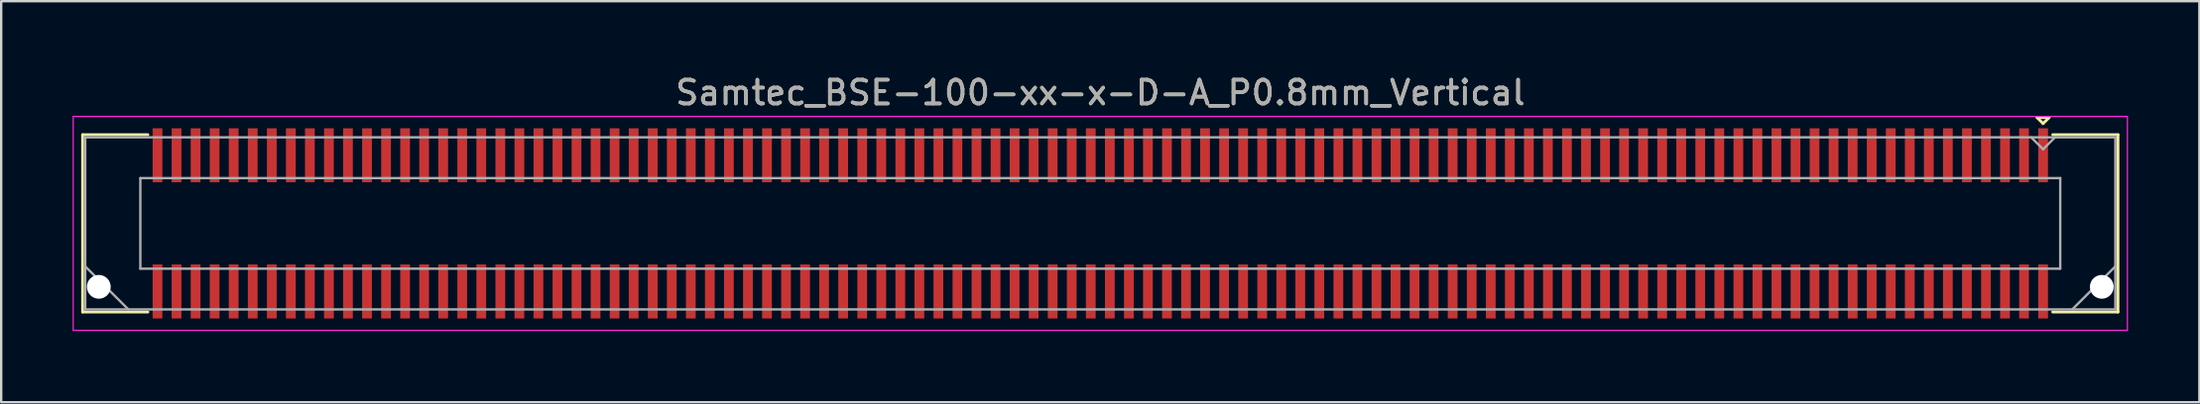
<source format=kicad_pcb>
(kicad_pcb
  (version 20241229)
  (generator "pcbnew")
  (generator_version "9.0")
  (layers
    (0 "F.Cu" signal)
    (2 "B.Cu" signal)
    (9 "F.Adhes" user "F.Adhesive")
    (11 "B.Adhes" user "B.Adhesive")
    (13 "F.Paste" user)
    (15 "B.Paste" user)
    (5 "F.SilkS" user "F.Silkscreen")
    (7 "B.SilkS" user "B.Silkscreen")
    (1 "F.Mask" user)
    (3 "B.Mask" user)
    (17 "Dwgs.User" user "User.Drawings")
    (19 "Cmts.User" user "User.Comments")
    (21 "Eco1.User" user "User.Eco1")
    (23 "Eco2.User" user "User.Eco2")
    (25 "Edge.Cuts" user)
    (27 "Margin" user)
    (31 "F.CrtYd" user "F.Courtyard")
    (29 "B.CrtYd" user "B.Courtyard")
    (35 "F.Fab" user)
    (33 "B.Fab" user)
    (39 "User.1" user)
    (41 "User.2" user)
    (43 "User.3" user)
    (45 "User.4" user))
  (footprint "Samtec_BSE-100-xx-x-D-A_P0.8mm_Vertical"
    (layer "F.Cu")
    (at 43.165 6.348)
    (property "Reference" "Samtec_BSE-100-xx-x-D-A_P0.8mm_Vertical" (at 0 -5.5 0) (layer "F.SilkS") (effects (font (size 1 1) (thickness 0.15))))
    (attr smd)
    (fp_line (start -42.745 -3.73) (end -40.005 -3.73) (stroke (width 0.12) (type solid)) (layer "F.SilkS"))
    (fp_line (start -42.745 3.73) (end -42.745 -3.73) (stroke (width 0.12) (type solid)) (layer "F.SilkS"))
    (fp_line (start -40.005 3.73) (end -42.745 3.73) (stroke (width 0.12) (type solid)) (layer "F.SilkS"))
    (fp_line (start 39.35 -4.45) (end 39.85 -4.45) (stroke (width 0.12) (type solid)) (layer "F.SilkS"))
    (fp_line (start 39.6 -4.2) (end 39.35 -4.45) (stroke (width 0.12) (type solid)) (layer "F.SilkS"))
    (fp_line (start 39.85 -4.45) (end 39.6 -4.2) (stroke (width 0.12) (type solid)) (layer "F.SilkS"))
    (fp_line (start 40.005 3.73) (end 42.745 3.73) (stroke (width 0.12) (type solid)) (layer "F.SilkS"))
    (fp_line (start 42.745 -3.73) (end 40.005 -3.73) (stroke (width 0.12) (type solid)) (layer "F.SilkS"))
    (fp_line (start 42.745 3.73) (end 42.745 -3.73) (stroke (width 0.12) (type solid)) (layer "F.SilkS"))
    (fp_line (start -43.14 -4.5) (end -43.14 4.5) (stroke (width 0.05) (type solid)) (layer "F.CrtYd"))
    (fp_line (start -43.14 4.5) (end 43.14 4.5) (stroke (width 0.05) (type solid)) (layer "F.CrtYd"))
    (fp_line (start 43.14 -4.5) (end -43.14 -4.5) (stroke (width 0.05) (type solid)) (layer "F.CrtYd"))
    (fp_line (start 43.14 4.5) (end 43.14 -4.5) (stroke (width 0.05) (type solid)) (layer "F.CrtYd"))
    (fp_line (start -42.635 -3.62) (end -42.635 3.62) (stroke (width 0.1) (type solid)) (layer "F.Fab"))
    (fp_line (start -42.635 1.81) (end -40.825 3.62) (stroke (width 0.1) (type solid)) (layer "F.Fab"))
    (fp_line (start -42.635 3.62) (end 42.635 3.62) (stroke (width 0.1) (type solid)) (layer "F.Fab"))
    (fp_line (start -40.32 -1.905) (end -40.32 1.905) (stroke (width 0.1) (type solid)) (layer "F.Fab"))
    (fp_line (start -40.32 1.905) (end 40.32 1.905) (stroke (width 0.1) (type solid)) (layer "F.Fab"))
    (fp_line (start 39.6 -3.12) (end 39.1 -3.62) (stroke (width 0.1) (type solid)) (layer "F.Fab"))
    (fp_line (start 40.1 -3.62) (end 39.6 -3.12) (stroke (width 0.1) (type solid)) (layer "F.Fab"))
    (fp_line (start 40.32 -1.905) (end -40.32 -1.905) (stroke (width 0.1) (type solid)) (layer "F.Fab"))
    (fp_line (start 40.32 1.905) (end 40.32 -1.905) (stroke (width 0.1) (type solid)) (layer "F.Fab"))
    (fp_line (start 42.635 -3.62) (end -42.635 -3.62) (stroke (width 0.1) (type solid)) (layer "F.Fab"))
    (fp_line (start 42.635 1.81) (end 40.825 3.62) (stroke (width 0.1) (type solid)) (layer "F.Fab"))
    (fp_line (start 42.635 3.62) (end 42.635 -3.62) (stroke (width 0.1) (type solid)) (layer "F.Fab"))
    (fp_text user "${REFERENCE}" (at 0 -5.5 0) (layer "F.Fab") (effects (font (size 1 1) (thickness 0.15))))
    (pad "" np_thru_hole circle (at -42.065 2.67) (size 1 1) (drill 1) (layers "*.Cu" "*.Mask"))
    (pad "" np_thru_hole circle (at 42.065 2.67) (size 1 1) (drill 1) (layers "*.Cu" "*.Mask"))
    (pad "1" smd rect (at 39.6 -2.865) (size 0.41 2.27) (layers "F.Cu" "F.Mask" "F.Paste"))
    (pad "2" smd rect (at 39.6 2.865) (size 0.41 2.27) (layers "F.Cu" "F.Mask" "F.Paste"))
    (pad "3" smd rect (at 38.8 -2.865) (size 0.41 2.27) (layers "F.Cu" "F.Mask" "F.Paste"))
    (pad "4" smd rect (at 38.8 2.865) (size 0.41 2.27) (layers "F.Cu" "F.Mask" "F.Paste"))
    (pad "5" smd rect (at 38 -2.865) (size 0.41 2.27) (layers "F.Cu" "F.Mask" "F.Paste"))
    (pad "6" smd rect (at 38 2.865) (size 0.41 2.27) (layers "F.Cu" "F.Mask" "F.Paste"))
    (pad "7" smd rect (at 37.2 -2.865) (size 0.41 2.27) (layers "F.Cu" "F.Mask" "F.Paste"))
    (pad "8" smd rect (at 37.2 2.865) (size 0.41 2.27) (layers "F.Cu" "F.Mask" "F.Paste"))
    (pad "9" smd rect (at 36.4 -2.865) (size 0.41 2.27) (layers "F.Cu" "F.Mask" "F.Paste"))
    (pad "10" smd rect (at 36.4 2.865) (size 0.41 2.27) (layers "F.Cu" "F.Mask" "F.Paste"))
    (pad "11" smd rect (at 35.6 -2.865) (size 0.41 2.27) (layers "F.Cu" "F.Mask" "F.Paste"))
    (pad "12" smd rect (at 35.6 2.865) (size 0.41 2.27) (layers "F.Cu" "F.Mask" "F.Paste"))
    (pad "13" smd rect (at 34.8 -2.865) (size 0.41 2.27) (layers "F.Cu" "F.Mask" "F.Paste"))
    (pad "14" smd rect (at 34.8 2.865) (size 0.41 2.27) (layers "F.Cu" "F.Mask" "F.Paste"))
    (pad "15" smd rect (at 34 -2.865) (size 0.41 2.27) (layers "F.Cu" "F.Mask" "F.Paste"))
    (pad "16" smd rect (at 34 2.865) (size 0.41 2.27) (layers "F.Cu" "F.Mask" "F.Paste"))
    (pad "17" smd rect (at 33.2 -2.865) (size 0.41 2.27) (layers "F.Cu" "F.Mask" "F.Paste"))
    (pad "18" smd rect (at 33.2 2.865) (size 0.41 2.27) (layers "F.Cu" "F.Mask" "F.Paste"))
    (pad "19" smd rect (at 32.4 -2.865) (size 0.41 2.27) (layers "F.Cu" "F.Mask" "F.Paste"))
    (pad "20" smd rect (at 32.4 2.865) (size 0.41 2.27) (layers "F.Cu" "F.Mask" "F.Paste"))
    (pad "21" smd rect (at 31.6 -2.865) (size 0.41 2.27) (layers "F.Cu" "F.Mask" "F.Paste"))
    (pad "22" smd rect (at 31.6 2.865) (size 0.41 2.27) (layers "F.Cu" "F.Mask" "F.Paste"))
    (pad "23" smd rect (at 30.8 -2.865) (size 0.41 2.27) (layers "F.Cu" "F.Mask" "F.Paste"))
    (pad "24" smd rect (at 30.8 2.865) (size 0.41 2.27) (layers "F.Cu" "F.Mask" "F.Paste"))
    (pad "25" smd rect (at 30 -2.865) (size 0.41 2.27) (layers "F.Cu" "F.Mask" "F.Paste"))
    (pad "26" smd rect (at 30 2.865) (size 0.41 2.27) (layers "F.Cu" "F.Mask" "F.Paste"))
    (pad "27" smd rect (at 29.2 -2.865) (size 0.41 2.27) (layers "F.Cu" "F.Mask" "F.Paste"))
    (pad "28" smd rect (at 29.2 2.865) (size 0.41 2.27) (layers "F.Cu" "F.Mask" "F.Paste"))
    (pad "29" smd rect (at 28.4 -2.865) (size 0.41 2.27) (layers "F.Cu" "F.Mask" "F.Paste"))
    (pad "30" smd rect (at 28.4 2.865) (size 0.41 2.27) (layers "F.Cu" "F.Mask" "F.Paste"))
    (pad "31" smd rect (at 27.6 -2.865) (size 0.41 2.27) (layers "F.Cu" "F.Mask" "F.Paste"))
    (pad "32" smd rect (at 27.6 2.865) (size 0.41 2.27) (layers "F.Cu" "F.Mask" "F.Paste"))
    (pad "33" smd rect (at 26.8 -2.865) (size 0.41 2.27) (layers "F.Cu" "F.Mask" "F.Paste"))
    (pad "34" smd rect (at 26.8 2.865) (size 0.41 2.27) (layers "F.Cu" "F.Mask" "F.Paste"))
    (pad "35" smd rect (at 26 -2.865) (size 0.41 2.27) (layers "F.Cu" "F.Mask" "F.Paste"))
    (pad "36" smd rect (at 26 2.865) (size 0.41 2.27) (layers "F.Cu" "F.Mask" "F.Paste"))
    (pad "37" smd rect (at 25.2 -2.865) (size 0.41 2.27) (layers "F.Cu" "F.Mask" "F.Paste"))
    (pad "38" smd rect (at 25.2 2.865) (size 0.41 2.27) (layers "F.Cu" "F.Mask" "F.Paste"))
    (pad "39" smd rect (at 24.4 -2.865) (size 0.41 2.27) (layers "F.Cu" "F.Mask" "F.Paste"))
    (pad "40" smd rect (at 24.4 2.865) (size 0.41 2.27) (layers "F.Cu" "F.Mask" "F.Paste"))
    (pad "41" smd rect (at 23.6 -2.865) (size 0.41 2.27) (layers "F.Cu" "F.Mask" "F.Paste"))
    (pad "42" smd rect (at 23.6 2.865) (size 0.41 2.27) (layers "F.Cu" "F.Mask" "F.Paste"))
    (pad "43" smd rect (at 22.8 -2.865) (size 0.41 2.27) (layers "F.Cu" "F.Mask" "F.Paste"))
    (pad "44" smd rect (at 22.8 2.865) (size 0.41 2.27) (layers "F.Cu" "F.Mask" "F.Paste"))
    (pad "45" smd rect (at 22 -2.865) (size 0.41 2.27) (layers "F.Cu" "F.Mask" "F.Paste"))
    (pad "46" smd rect (at 22 2.865) (size 0.41 2.27) (layers "F.Cu" "F.Mask" "F.Paste"))
    (pad "47" smd rect (at 21.2 -2.865) (size 0.41 2.27) (layers "F.Cu" "F.Mask" "F.Paste"))
    (pad "48" smd rect (at 21.2 2.865) (size 0.41 2.27) (layers "F.Cu" "F.Mask" "F.Paste"))
    (pad "49" smd rect (at 20.4 -2.865) (size 0.41 2.27) (layers "F.Cu" "F.Mask" "F.Paste"))
    (pad "50" smd rect (at 20.4 2.865) (size 0.41 2.27) (layers "F.Cu" "F.Mask" "F.Paste"))
    (pad "51" smd rect (at 19.6 -2.865) (size 0.41 2.27) (layers "F.Cu" "F.Mask" "F.Paste"))
    (pad "52" smd rect (at 19.6 2.865) (size 0.41 2.27) (layers "F.Cu" "F.Mask" "F.Paste"))
    (pad "53" smd rect (at 18.8 -2.865) (size 0.41 2.27) (layers "F.Cu" "F.Mask" "F.Paste"))
    (pad "54" smd rect (at 18.8 2.865) (size 0.41 2.27) (layers "F.Cu" "F.Mask" "F.Paste"))
    (pad "55" smd rect (at 18 -2.865) (size 0.41 2.27) (layers "F.Cu" "F.Mask" "F.Paste"))
    (pad "56" smd rect (at 18 2.865) (size 0.41 2.27) (layers "F.Cu" "F.Mask" "F.Paste"))
    (pad "57" smd rect (at 17.2 -2.865) (size 0.41 2.27) (layers "F.Cu" "F.Mask" "F.Paste"))
    (pad "58" smd rect (at 17.2 2.865) (size 0.41 2.27) (layers "F.Cu" "F.Mask" "F.Paste"))
    (pad "59" smd rect (at 16.4 -2.865) (size 0.41 2.27) (layers "F.Cu" "F.Mask" "F.Paste"))
    (pad "60" smd rect (at 16.4 2.865) (size 0.41 2.27) (layers "F.Cu" "F.Mask" "F.Paste"))
    (pad "61" smd rect (at 15.6 -2.865) (size 0.41 2.27) (layers "F.Cu" "F.Mask" "F.Paste"))
    (pad "62" smd rect (at 15.6 2.865) (size 0.41 2.27) (layers "F.Cu" "F.Mask" "F.Paste"))
    (pad "63" smd rect (at 14.8 -2.865) (size 0.41 2.27) (layers "F.Cu" "F.Mask" "F.Paste"))
    (pad "64" smd rect (at 14.8 2.865) (size 0.41 2.27) (layers "F.Cu" "F.Mask" "F.Paste"))
    (pad "65" smd rect (at 14 -2.865) (size 0.41 2.27) (layers "F.Cu" "F.Mask" "F.Paste"))
    (pad "66" smd rect (at 14 2.865) (size 0.41 2.27) (layers "F.Cu" "F.Mask" "F.Paste"))
    (pad "67" smd rect (at 13.2 -2.865) (size 0.41 2.27) (layers "F.Cu" "F.Mask" "F.Paste"))
    (pad "68" smd rect (at 13.2 2.865) (size 0.41 2.27) (layers "F.Cu" "F.Mask" "F.Paste"))
    (pad "69" smd rect (at 12.4 -2.865) (size 0.41 2.27) (layers "F.Cu" "F.Mask" "F.Paste"))
    (pad "70" smd rect (at 12.4 2.865) (size 0.41 2.27) (layers "F.Cu" "F.Mask" "F.Paste"))
    (pad "71" smd rect (at 11.6 -2.865) (size 0.41 2.27) (layers "F.Cu" "F.Mask" "F.Paste"))
    (pad "72" smd rect (at 11.6 2.865) (size 0.41 2.27) (layers "F.Cu" "F.Mask" "F.Paste"))
    (pad "73" smd rect (at 10.8 -2.865) (size 0.41 2.27) (layers "F.Cu" "F.Mask" "F.Paste"))
    (pad "74" smd rect (at 10.8 2.865) (size 0.41 2.27) (layers "F.Cu" "F.Mask" "F.Paste"))
    (pad "75" smd rect (at 10 -2.865) (size 0.41 2.27) (layers "F.Cu" "F.Mask" "F.Paste"))
    (pad "76" smd rect (at 10 2.865) (size 0.41 2.27) (layers "F.Cu" "F.Mask" "F.Paste"))
    (pad "77" smd rect (at 9.2 -2.865) (size 0.41 2.27) (layers "F.Cu" "F.Mask" "F.Paste"))
    (pad "78" smd rect (at 9.2 2.865) (size 0.41 2.27) (layers "F.Cu" "F.Mask" "F.Paste"))
    (pad "79" smd rect (at 8.4 -2.865) (size 0.41 2.27) (layers "F.Cu" "F.Mask" "F.Paste"))
    (pad "80" smd rect (at 8.4 2.865) (size 0.41 2.27) (layers "F.Cu" "F.Mask" "F.Paste"))
    (pad "81" smd rect (at 7.6 -2.865) (size 0.41 2.27) (layers "F.Cu" "F.Mask" "F.Paste"))
    (pad "82" smd rect (at 7.6 2.865) (size 0.41 2.27) (layers "F.Cu" "F.Mask" "F.Paste"))
    (pad "83" smd rect (at 6.8 -2.865) (size 0.41 2.27) (layers "F.Cu" "F.Mask" "F.Paste"))
    (pad "84" smd rect (at 6.8 2.865) (size 0.41 2.27) (layers "F.Cu" "F.Mask" "F.Paste"))
    (pad "85" smd rect (at 6 -2.865) (size 0.41 2.27) (layers "F.Cu" "F.Mask" "F.Paste"))
    (pad "86" smd rect (at 6 2.865) (size 0.41 2.27) (layers "F.Cu" "F.Mask" "F.Paste"))
    (pad "87" smd rect (at 5.2 -2.865) (size 0.41 2.27) (layers "F.Cu" "F.Mask" "F.Paste"))
    (pad "88" smd rect (at 5.2 2.865) (size 0.41 2.27) (layers "F.Cu" "F.Mask" "F.Paste"))
    (pad "89" smd rect (at 4.4 -2.865) (size 0.41 2.27) (layers "F.Cu" "F.Mask" "F.Paste"))
    (pad "90" smd rect (at 4.4 2.865) (size 0.41 2.27) (layers "F.Cu" "F.Mask" "F.Paste"))
    (pad "91" smd rect (at 3.6 -2.865) (size 0.41 2.27) (layers "F.Cu" "F.Mask" "F.Paste"))
    (pad "92" smd rect (at 3.6 2.865) (size 0.41 2.27) (layers "F.Cu" "F.Mask" "F.Paste"))
    (pad "93" smd rect (at 2.8 -2.865) (size 0.41 2.27) (layers "F.Cu" "F.Mask" "F.Paste"))
    (pad "94" smd rect (at 2.8 2.865) (size 0.41 2.27) (layers "F.Cu" "F.Mask" "F.Paste"))
    (pad "95" smd rect (at 2 -2.865) (size 0.41 2.27) (layers "F.Cu" "F.Mask" "F.Paste"))
    (pad "96" smd rect (at 2 2.865) (size 0.41 2.27) (layers "F.Cu" "F.Mask" "F.Paste"))
    (pad "97" smd rect (at 1.2 -2.865) (size 0.41 2.27) (layers "F.Cu" "F.Mask" "F.Paste"))
    (pad "98" smd rect (at 1.2 2.865) (size 0.41 2.27) (layers "F.Cu" "F.Mask" "F.Paste"))
    (pad "99" smd rect (at 0.4 -2.865) (size 0.41 2.27) (layers "F.Cu" "F.Mask" "F.Paste"))
    (pad "100" smd rect (at 0.4 2.865) (size 0.41 2.27) (layers "F.Cu" "F.Mask" "F.Paste"))
    (pad "101" smd rect (at -0.4 -2.865) (size 0.41 2.27) (layers "F.Cu" "F.Mask" "F.Paste"))
    (pad "102" smd rect (at -0.4 2.865) (size 0.41 2.27) (layers "F.Cu" "F.Mask" "F.Paste"))
    (pad "103" smd rect (at -1.2 -2.865) (size 0.41 2.27) (layers "F.Cu" "F.Mask" "F.Paste"))
    (pad "104" smd rect (at -1.2 2.865) (size 0.41 2.27) (layers "F.Cu" "F.Mask" "F.Paste"))
    (pad "105" smd rect (at -2 -2.865) (size 0.41 2.27) (layers "F.Cu" "F.Mask" "F.Paste"))
    (pad "106" smd rect (at -2 2.865) (size 0.41 2.27) (layers "F.Cu" "F.Mask" "F.Paste"))
    (pad "107" smd rect (at -2.8 -2.865) (size 0.41 2.27) (layers "F.Cu" "F.Mask" "F.Paste"))
    (pad "108" smd rect (at -2.8 2.865) (size 0.41 2.27) (layers "F.Cu" "F.Mask" "F.Paste"))
    (pad "109" smd rect (at -3.6 -2.865) (size 0.41 2.27) (layers "F.Cu" "F.Mask" "F.Paste"))
    (pad "110" smd rect (at -3.6 2.865) (size 0.41 2.27) (layers "F.Cu" "F.Mask" "F.Paste"))
    (pad "111" smd rect (at -4.4 -2.865) (size 0.41 2.27) (layers "F.Cu" "F.Mask" "F.Paste"))
    (pad "112" smd rect (at -4.4 2.865) (size 0.41 2.27) (layers "F.Cu" "F.Mask" "F.Paste"))
    (pad "113" smd rect (at -5.2 -2.865) (size 0.41 2.27) (layers "F.Cu" "F.Mask" "F.Paste"))
    (pad "114" smd rect (at -5.2 2.865) (size 0.41 2.27) (layers "F.Cu" "F.Mask" "F.Paste"))
    (pad "115" smd rect (at -6 -2.865) (size 0.41 2.27) (layers "F.Cu" "F.Mask" "F.Paste"))
    (pad "116" smd rect (at -6 2.865) (size 0.41 2.27) (layers "F.Cu" "F.Mask" "F.Paste"))
    (pad "117" smd rect (at -6.8 -2.865) (size 0.41 2.27) (layers "F.Cu" "F.Mask" "F.Paste"))
    (pad "118" smd rect (at -6.8 2.865) (size 0.41 2.27) (layers "F.Cu" "F.Mask" "F.Paste"))
    (pad "119" smd rect (at -7.6 -2.865) (size 0.41 2.27) (layers "F.Cu" "F.Mask" "F.Paste"))
    (pad "120" smd rect (at -7.6 2.865) (size 0.41 2.27) (layers "F.Cu" "F.Mask" "F.Paste"))
    (pad "121" smd rect (at -8.4 -2.865) (size 0.41 2.27) (layers "F.Cu" "F.Mask" "F.Paste"))
    (pad "122" smd rect (at -8.4 2.865) (size 0.41 2.27) (layers "F.Cu" "F.Mask" "F.Paste"))
    (pad "123" smd rect (at -9.2 -2.865) (size 0.41 2.27) (layers "F.Cu" "F.Mask" "F.Paste"))
    (pad "124" smd rect (at -9.2 2.865) (size 0.41 2.27) (layers "F.Cu" "F.Mask" "F.Paste"))
    (pad "125" smd rect (at -10 -2.865) (size 0.41 2.27) (layers "F.Cu" "F.Mask" "F.Paste"))
    (pad "126" smd rect (at -10 2.865) (size 0.41 2.27) (layers "F.Cu" "F.Mask" "F.Paste"))
    (pad "127" smd rect (at -10.8 -2.865) (size 0.41 2.27) (layers "F.Cu" "F.Mask" "F.Paste"))
    (pad "128" smd rect (at -10.8 2.865) (size 0.41 2.27) (layers "F.Cu" "F.Mask" "F.Paste"))
    (pad "129" smd rect (at -11.6 -2.865) (size 0.41 2.27) (layers "F.Cu" "F.Mask" "F.Paste"))
    (pad "130" smd rect (at -11.6 2.865) (size 0.41 2.27) (layers "F.Cu" "F.Mask" "F.Paste"))
    (pad "131" smd rect (at -12.4 -2.865) (size 0.41 2.27) (layers "F.Cu" "F.Mask" "F.Paste"))
    (pad "132" smd rect (at -12.4 2.865) (size 0.41 2.27) (layers "F.Cu" "F.Mask" "F.Paste"))
    (pad "133" smd rect (at -13.2 -2.865) (size 0.41 2.27) (layers "F.Cu" "F.Mask" "F.Paste"))
    (pad "134" smd rect (at -13.2 2.865) (size 0.41 2.27) (layers "F.Cu" "F.Mask" "F.Paste"))
    (pad "135" smd rect (at -14 -2.865) (size 0.41 2.27) (layers "F.Cu" "F.Mask" "F.Paste"))
    (pad "136" smd rect (at -14 2.865) (size 0.41 2.27) (layers "F.Cu" "F.Mask" "F.Paste"))
    (pad "137" smd rect (at -14.8 -2.865) (size 0.41 2.27) (layers "F.Cu" "F.Mask" "F.Paste"))
    (pad "138" smd rect (at -14.8 2.865) (size 0.41 2.27) (layers "F.Cu" "F.Mask" "F.Paste"))
    (pad "139" smd rect (at -15.6 -2.865) (size 0.41 2.27) (layers "F.Cu" "F.Mask" "F.Paste"))
    (pad "140" smd rect (at -15.6 2.865) (size 0.41 2.27) (layers "F.Cu" "F.Mask" "F.Paste"))
    (pad "141" smd rect (at -16.4 -2.865) (size 0.41 2.27) (layers "F.Cu" "F.Mask" "F.Paste"))
    (pad "142" smd rect (at -16.4 2.865) (size 0.41 2.27) (layers "F.Cu" "F.Mask" "F.Paste"))
    (pad "143" smd rect (at -17.2 -2.865) (size 0.41 2.27) (layers "F.Cu" "F.Mask" "F.Paste"))
    (pad "144" smd rect (at -17.2 2.865) (size 0.41 2.27) (layers "F.Cu" "F.Mask" "F.Paste"))
    (pad "145" smd rect (at -18 -2.865) (size 0.41 2.27) (layers "F.Cu" "F.Mask" "F.Paste"))
    (pad "146" smd rect (at -18 2.865) (size 0.41 2.27) (layers "F.Cu" "F.Mask" "F.Paste"))
    (pad "147" smd rect (at -18.8 -2.865) (size 0.41 2.27) (layers "F.Cu" "F.Mask" "F.Paste"))
    (pad "148" smd rect (at -18.8 2.865) (size 0.41 2.27) (layers "F.Cu" "F.Mask" "F.Paste"))
    (pad "149" smd rect (at -19.6 -2.865) (size 0.41 2.27) (layers "F.Cu" "F.Mask" "F.Paste"))
    (pad "150" smd rect (at -19.6 2.865) (size 0.41 2.27) (layers "F.Cu" "F.Mask" "F.Paste"))
    (pad "151" smd rect (at -20.4 -2.865) (size 0.41 2.27) (layers "F.Cu" "F.Mask" "F.Paste"))
    (pad "152" smd rect (at -20.4 2.865) (size 0.41 2.27) (layers "F.Cu" "F.Mask" "F.Paste"))
    (pad "153" smd rect (at -21.2 -2.865) (size 0.41 2.27) (layers "F.Cu" "F.Mask" "F.Paste"))
    (pad "154" smd rect (at -21.2 2.865) (size 0.41 2.27) (layers "F.Cu" "F.Mask" "F.Paste"))
    (pad "155" smd rect (at -22 -2.865) (size 0.41 2.27) (layers "F.Cu" "F.Mask" "F.Paste"))
    (pad "156" smd rect (at -22 2.865) (size 0.41 2.27) (layers "F.Cu" "F.Mask" "F.Paste"))
    (pad "157" smd rect (at -22.8 -2.865) (size 0.41 2.27) (layers "F.Cu" "F.Mask" "F.Paste"))
    (pad "158" smd rect (at -22.8 2.865) (size 0.41 2.27) (layers "F.Cu" "F.Mask" "F.Paste"))
    (pad "159" smd rect (at -23.6 -2.865) (size 0.41 2.27) (layers "F.Cu" "F.Mask" "F.Paste"))
    (pad "160" smd rect (at -23.6 2.865) (size 0.41 2.27) (layers "F.Cu" "F.Mask" "F.Paste"))
    (pad "161" smd rect (at -24.4 -2.865) (size 0.41 2.27) (layers "F.Cu" "F.Mask" "F.Paste"))
    (pad "162" smd rect (at -24.4 2.865) (size 0.41 2.27) (layers "F.Cu" "F.Mask" "F.Paste"))
    (pad "163" smd rect (at -25.2 -2.865) (size 0.41 2.27) (layers "F.Cu" "F.Mask" "F.Paste"))
    (pad "164" smd rect (at -25.2 2.865) (size 0.41 2.27) (layers "F.Cu" "F.Mask" "F.Paste"))
    (pad "165" smd rect (at -26 -2.865) (size 0.41 2.27) (layers "F.Cu" "F.Mask" "F.Paste"))
    (pad "166" smd rect (at -26 2.865) (size 0.41 2.27) (layers "F.Cu" "F.Mask" "F.Paste"))
    (pad "167" smd rect (at -26.8 -2.865) (size 0.41 2.27) (layers "F.Cu" "F.Mask" "F.Paste"))
    (pad "168" smd rect (at -26.8 2.865) (size 0.41 2.27) (layers "F.Cu" "F.Mask" "F.Paste"))
    (pad "169" smd rect (at -27.6 -2.865) (size 0.41 2.27) (layers "F.Cu" "F.Mask" "F.Paste"))
    (pad "170" smd rect (at -27.6 2.865) (size 0.41 2.27) (layers "F.Cu" "F.Mask" "F.Paste"))
    (pad "171" smd rect (at -28.4 -2.865) (size 0.41 2.27) (layers "F.Cu" "F.Mask" "F.Paste"))
    (pad "172" smd rect (at -28.4 2.865) (size 0.41 2.27) (layers "F.Cu" "F.Mask" "F.Paste"))
    (pad "173" smd rect (at -29.2 -2.865) (size 0.41 2.27) (layers "F.Cu" "F.Mask" "F.Paste"))
    (pad "174" smd rect (at -29.2 2.865) (size 0.41 2.27) (layers "F.Cu" "F.Mask" "F.Paste"))
    (pad "175" smd rect (at -30 -2.865) (size 0.41 2.27) (layers "F.Cu" "F.Mask" "F.Paste"))
    (pad "176" smd rect (at -30 2.865) (size 0.41 2.27) (layers "F.Cu" "F.Mask" "F.Paste"))
    (pad "177" smd rect (at -30.8 -2.865) (size 0.41 2.27) (layers "F.Cu" "F.Mask" "F.Paste"))
    (pad "178" smd rect (at -30.8 2.865) (size 0.41 2.27) (layers "F.Cu" "F.Mask" "F.Paste"))
    (pad "179" smd rect (at -31.6 -2.865) (size 0.41 2.27) (layers "F.Cu" "F.Mask" "F.Paste"))
    (pad "180" smd rect (at -31.6 2.865) (size 0.41 2.27) (layers "F.Cu" "F.Mask" "F.Paste"))
    (pad "181" smd rect (at -32.4 -2.865) (size 0.41 2.27) (layers "F.Cu" "F.Mask" "F.Paste"))
    (pad "182" smd rect (at -32.4 2.865) (size 0.41 2.27) (layers "F.Cu" "F.Mask" "F.Paste"))
    (pad "183" smd rect (at -33.2 -2.865) (size 0.41 2.27) (layers "F.Cu" "F.Mask" "F.Paste"))
    (pad "184" smd rect (at -33.2 2.865) (size 0.41 2.27) (layers "F.Cu" "F.Mask" "F.Paste"))
    (pad "185" smd rect (at -34 -2.865) (size 0.41 2.27) (layers "F.Cu" "F.Mask" "F.Paste"))
    (pad "186" smd rect (at -34 2.865) (size 0.41 2.27) (layers "F.Cu" "F.Mask" "F.Paste"))
    (pad "187" smd rect (at -34.8 -2.865) (size 0.41 2.27) (layers "F.Cu" "F.Mask" "F.Paste"))
    (pad "188" smd rect (at -34.8 2.865) (size 0.41 2.27) (layers "F.Cu" "F.Mask" "F.Paste"))
    (pad "189" smd rect (at -35.6 -2.865) (size 0.41 2.27) (layers "F.Cu" "F.Mask" "F.Paste"))
    (pad "190" smd rect (at -35.6 2.865) (size 0.41 2.27) (layers "F.Cu" "F.Mask" "F.Paste"))
    (pad "191" smd rect (at -36.4 -2.865) (size 0.41 2.27) (layers "F.Cu" "F.Mask" "F.Paste"))
    (pad "192" smd rect (at -36.4 2.865) (size 0.41 2.27) (layers "F.Cu" "F.Mask" "F.Paste"))
    (pad "193" smd rect (at -37.2 -2.865) (size 0.41 2.27) (layers "F.Cu" "F.Mask" "F.Paste"))
    (pad "194" smd rect (at -37.2 2.865) (size 0.41 2.27) (layers "F.Cu" "F.Mask" "F.Paste"))
    (pad "195" smd rect (at -38 -2.865) (size 0.41 2.27) (layers "F.Cu" "F.Mask" "F.Paste"))
    (pad "196" smd rect (at -38 2.865) (size 0.41 2.27) (layers "F.Cu" "F.Mask" "F.Paste"))
    (pad "197" smd rect (at -38.8 -2.865) (size 0.41 2.27) (layers "F.Cu" "F.Mask" "F.Paste"))
    (pad "198" smd rect (at -38.8 2.865) (size 0.41 2.27) (layers "F.Cu" "F.Mask" "F.Paste"))
    (pad "199" smd rect (at -39.6 -2.865) (size 0.41 2.27) (layers "F.Cu" "F.Mask" "F.Paste"))
    (pad "200" smd rect (at -39.6 2.865) (size 0.41 2.27) (layers "F.Cu" "F.Mask" "F.Paste")))
  (gr_rect
    (start -3 -3)
    (end 89.33 13.873)
    (stroke (width 0.1) (type default))
    (fill no)
    (layer "Edge.Cuts")))
</source>
